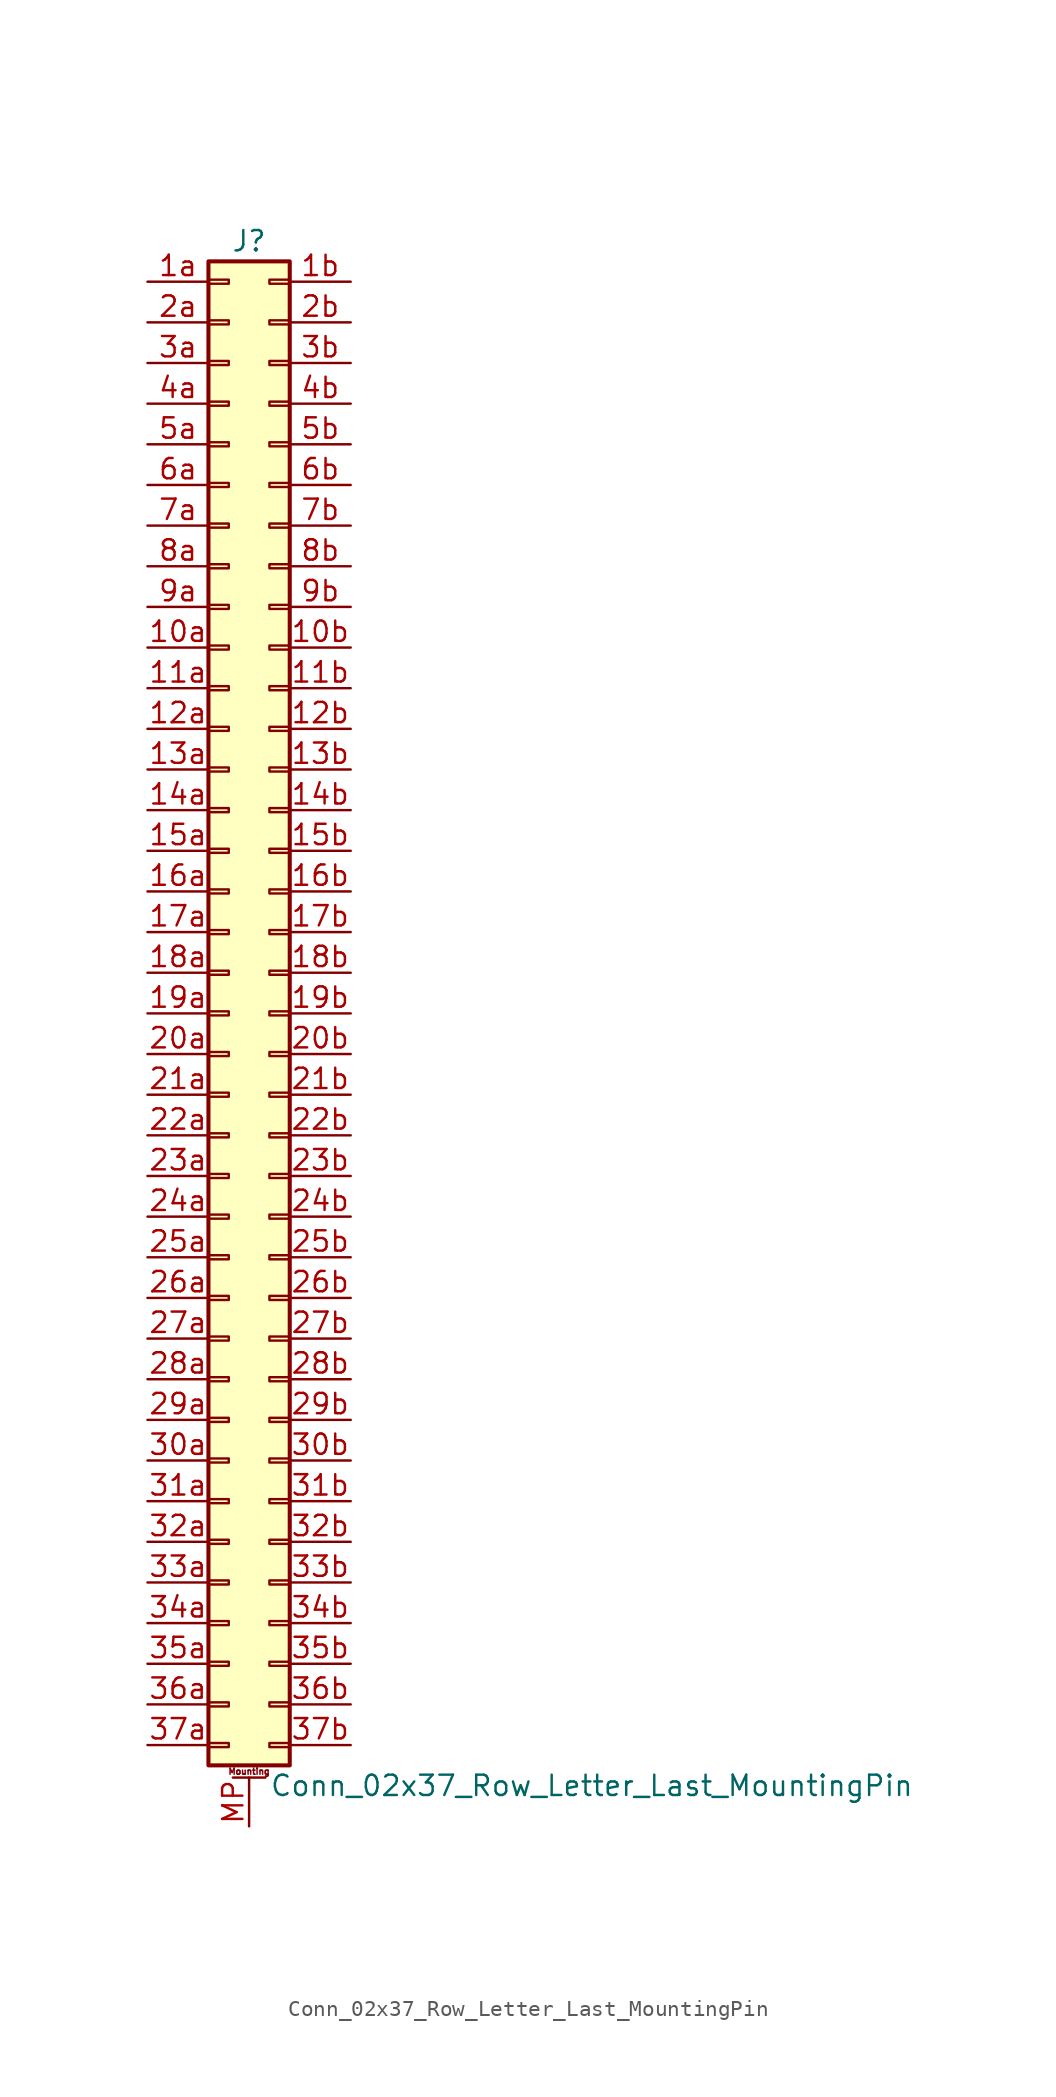
<source format=kicad_sym>
(kicad_symbol_lib
  (version 20220914)
  (generator kicad_symbol_editor)
  (symbol "Conn_02x37_Row_Letter_Last_MountingPin"
    (pin_names
      (offset 1.016) hide)
    (property "Reference" "J"
      (at 1.27 48.26 0)
      (effects (font (size 1.27 1.27))))
    (property "Value" "Conn_02x37_Row_Letter_Last_MountingPin"
      (at 2.54 -48.26 0)
      (effects (font (size 1.27 1.27)) (justify left)))
    (symbol "Conn_02x37_Row_Letter_Last_MountingPin_1_1"
      (rectangle (start -1.27 -45.593) (end 0 -45.847) (stroke (width 0.152) (type default)) (fill (type none)))
      (rectangle (start -1.27 -43.053) (end 0 -43.307) (stroke (width 0.152) (type default)) (fill (type none)))
      (rectangle (start -1.27 -40.513) (end 0 -40.767) (stroke (width 0.152) (type default)) (fill (type none)))
      (rectangle (start -1.27 -37.973) (end 0 -38.227) (stroke (width 0.152) (type default)) (fill (type none)))
      (rectangle (start -1.27 -35.433) (end 0 -35.687) (stroke (width 0.152) (type default)) (fill (type none)))
      (rectangle (start -1.27 -32.893) (end 0 -33.147) (stroke (width 0.152) (type default)) (fill (type none)))
      (rectangle (start -1.27 -30.353) (end 0 -30.607) (stroke (width 0.152) (type default)) (fill (type none)))
      (rectangle (start -1.27 -27.813) (end 0 -28.067) (stroke (width 0.152) (type default)) (fill (type none)))
      (rectangle (start -1.27 -25.273) (end 0 -25.527) (stroke (width 0.152) (type default)) (fill (type none)))
      (rectangle (start -1.27 -22.733) (end 0 -22.987) (stroke (width 0.152) (type default)) (fill (type none)))
      (rectangle (start -1.27 -20.193) (end 0 -20.447) (stroke (width 0.152) (type default)) (fill (type none)))
      (rectangle (start -1.27 -17.653) (end 0 -17.907) (stroke (width 0.152) (type default)) (fill (type none)))
      (rectangle (start -1.27 -15.113) (end 0 -15.367) (stroke (width 0.152) (type default)) (fill (type none)))
      (rectangle (start -1.27 -12.573) (end 0 -12.827) (stroke (width 0.152) (type default)) (fill (type none)))
      (rectangle (start -1.27 -10.033) (end 0 -10.287) (stroke (width 0.152) (type default)) (fill (type none)))
      (rectangle (start -1.27 -7.493) (end 0 -7.747) (stroke (width 0.152) (type default)) (fill (type none)))
      (rectangle (start -1.27 -4.953) (end 0 -5.207) (stroke (width 0.152) (type default)) (fill (type none)))
      (rectangle (start -1.27 -2.413) (end 0 -2.667) (stroke (width 0.152) (type default)) (fill (type none)))
      (rectangle (start -1.27 0.127) (end 0 -0.127) (stroke (width 0.152) (type default)) (fill (type none)))
      (rectangle (start -1.27 2.667) (end 0 2.413) (stroke (width 0.152) (type default)) (fill (type none)))
      (rectangle (start -1.27 5.207) (end 0 4.953) (stroke (width 0.152) (type default)) (fill (type none)))
      (rectangle (start -1.27 7.747) (end 0 7.493) (stroke (width 0.152) (type default)) (fill (type none)))
      (rectangle (start -1.27 10.287) (end 0 10.033) (stroke (width 0.152) (type default)) (fill (type none)))
      (rectangle (start -1.27 12.827) (end 0 12.573) (stroke (width 0.152) (type default)) (fill (type none)))
      (rectangle (start -1.27 15.367) (end 0 15.113) (stroke (width 0.152) (type default)) (fill (type none)))
      (rectangle (start -1.27 17.907) (end 0 17.653) (stroke (width 0.152) (type default)) (fill (type none)))
      (rectangle (start -1.27 20.447) (end 0 20.193) (stroke (width 0.152) (type default)) (fill (type none)))
      (rectangle (start -1.27 22.987) (end 0 22.733) (stroke (width 0.152) (type default)) (fill (type none)))
      (rectangle (start -1.27 25.527) (end 0 25.273) (stroke (width 0.152) (type default)) (fill (type none)))
      (rectangle (start -1.27 28.067) (end 0 27.813) (stroke (width 0.152) (type default)) (fill (type none)))
      (rectangle (start -1.27 30.607) (end 0 30.353) (stroke (width 0.152) (type default)) (fill (type none)))
      (rectangle (start -1.27 33.147) (end 0 32.893) (stroke (width 0.152) (type default)) (fill (type none)))
      (rectangle (start -1.27 35.687) (end 0 35.433) (stroke (width 0.152) (type default)) (fill (type none)))
      (rectangle (start -1.27 38.227) (end 0 37.973) (stroke (width 0.152) (type default)) (fill (type none)))
      (rectangle (start -1.27 40.767) (end 0 40.513) (stroke (width 0.152) (type default)) (fill (type none)))
      (rectangle (start -1.27 43.307) (end 0 43.053) (stroke (width 0.152) (type default)) (fill (type none)))
      (rectangle (start -1.27 45.847) (end 0 45.593) (stroke (width 0.152) (type default)) (fill (type none)))
      (rectangle (start -1.27 46.99) (end 3.81 -46.99) (stroke (width 0.254) (type default)) (fill (type background)))
      (polyline (pts (xy 0.254 -47.752) (xy 2.286 -47.752)) (stroke (width 0.152) (type default)) (fill (type none)))
      (rectangle (start 3.81 -45.593) (end 2.54 -45.847) (stroke (width 0.152) (type default)) (fill (type none)))
      (rectangle (start 3.81 -43.053) (end 2.54 -43.307) (stroke (width 0.152) (type default)) (fill (type none)))
      (rectangle (start 3.81 -40.513) (end 2.54 -40.767) (stroke (width 0.152) (type default)) (fill (type none)))
      (rectangle (start 3.81 -37.973) (end 2.54 -38.227) (stroke (width 0.152) (type default)) (fill (type none)))
      (rectangle (start 3.81 -35.433) (end 2.54 -35.687) (stroke (width 0.152) (type default)) (fill (type none)))
      (rectangle (start 3.81 -32.893) (end 2.54 -33.147) (stroke (width 0.152) (type default)) (fill (type none)))
      (rectangle (start 3.81 -30.353) (end 2.54 -30.607) (stroke (width 0.152) (type default)) (fill (type none)))
      (rectangle (start 3.81 -27.813) (end 2.54 -28.067) (stroke (width 0.152) (type default)) (fill (type none)))
      (rectangle (start 3.81 -25.273) (end 2.54 -25.527) (stroke (width 0.152) (type default)) (fill (type none)))
      (rectangle (start 3.81 -22.733) (end 2.54 -22.987) (stroke (width 0.152) (type default)) (fill (type none)))
      (rectangle (start 3.81 -20.193) (end 2.54 -20.447) (stroke (width 0.152) (type default)) (fill (type none)))
      (rectangle (start 3.81 -17.653) (end 2.54 -17.907) (stroke (width 0.152) (type default)) (fill (type none)))
      (rectangle (start 3.81 -15.113) (end 2.54 -15.367) (stroke (width 0.152) (type default)) (fill (type none)))
      (rectangle (start 3.81 -12.573) (end 2.54 -12.827) (stroke (width 0.152) (type default)) (fill (type none)))
      (rectangle (start 3.81 -10.033) (end 2.54 -10.287) (stroke (width 0.152) (type default)) (fill (type none)))
      (rectangle (start 3.81 -7.493) (end 2.54 -7.747) (stroke (width 0.152) (type default)) (fill (type none)))
      (rectangle (start 3.81 -4.953) (end 2.54 -5.207) (stroke (width 0.152) (type default)) (fill (type none)))
      (rectangle (start 3.81 -2.413) (end 2.54 -2.667) (stroke (width 0.152) (type default)) (fill (type none)))
      (rectangle (start 3.81 0.127) (end 2.54 -0.127) (stroke (width 0.152) (type default)) (fill (type none)))
      (rectangle (start 3.81 2.667) (end 2.54 2.413) (stroke (width 0.152) (type default)) (fill (type none)))
      (rectangle (start 3.81 5.207) (end 2.54 4.953) (stroke (width 0.152) (type default)) (fill (type none)))
      (rectangle (start 3.81 7.747) (end 2.54 7.493) (stroke (width 0.152) (type default)) (fill (type none)))
      (rectangle (start 3.81 10.287) (end 2.54 10.033) (stroke (width 0.152) (type default)) (fill (type none)))
      (rectangle (start 3.81 12.827) (end 2.54 12.573) (stroke (width 0.152) (type default)) (fill (type none)))
      (rectangle (start 3.81 15.367) (end 2.54 15.113) (stroke (width 0.152) (type default)) (fill (type none)))
      (rectangle (start 3.81 17.907) (end 2.54 17.653) (stroke (width 0.152) (type default)) (fill (type none)))
      (rectangle (start 3.81 20.447) (end 2.54 20.193) (stroke (width 0.152) (type default)) (fill (type none)))
      (rectangle (start 3.81 22.987) (end 2.54 22.733) (stroke (width 0.152) (type default)) (fill (type none)))
      (rectangle (start 3.81 25.527) (end 2.54 25.273) (stroke (width 0.152) (type default)) (fill (type none)))
      (rectangle (start 3.81 28.067) (end 2.54 27.813) (stroke (width 0.152) (type default)) (fill (type none)))
      (rectangle (start 3.81 30.607) (end 2.54 30.353) (stroke (width 0.152) (type default)) (fill (type none)))
      (rectangle (start 3.81 33.147) (end 2.54 32.893) (stroke (width 0.152) (type default)) (fill (type none)))
      (rectangle (start 3.81 35.687) (end 2.54 35.433) (stroke (width 0.152) (type default)) (fill (type none)))
      (rectangle (start 3.81 38.227) (end 2.54 37.973) (stroke (width 0.152) (type default)) (fill (type none)))
      (rectangle (start 3.81 40.767) (end 2.54 40.513) (stroke (width 0.152) (type default)) (fill (type none)))
      (rectangle (start 3.81 43.307) (end 2.54 43.053) (stroke (width 0.152) (type default)) (fill (type none)))
      (rectangle (start 3.81 45.847) (end 2.54 45.593) (stroke (width 0.152) (type default)) (fill (type none)))
      (text "Mounting" (at 1.27 -47.371 0) (effects (font (size 0.381 0.381))))
      (pin passive line (at -5.08 22.86 0) (length 3.81) (name "Pin_10a" (effects (font (size 1.27 1.27)))) (number "10a" (effects (font (size 1.27 1.27)))))
      (pin passive line (at 7.62 22.86 180) (length 3.81) (name "Pin_10b" (effects (font (size 1.27 1.27)))) (number "10b" (effects (font (size 1.27 1.27)))))
      (pin passive line (at -5.08 20.32 0) (length 3.81) (name "Pin_11a" (effects (font (size 1.27 1.27)))) (number "11a" (effects (font (size 1.27 1.27)))))
      (pin passive line (at 7.62 20.32 180) (length 3.81) (name "Pin_11b" (effects (font (size 1.27 1.27)))) (number "11b" (effects (font (size 1.27 1.27)))))
      (pin passive line (at -5.08 17.78 0) (length 3.81) (name "Pin_12a" (effects (font (size 1.27 1.27)))) (number "12a" (effects (font (size 1.27 1.27)))))
      (pin passive line (at 7.62 17.78 180) (length 3.81) (name "Pin_12b" (effects (font (size 1.27 1.27)))) (number "12b" (effects (font (size 1.27 1.27)))))
      (pin passive line (at -5.08 15.24 0) (length 3.81) (name "Pin_13a" (effects (font (size 1.27 1.27)))) (number "13a" (effects (font (size 1.27 1.27)))))
      (pin passive line (at 7.62 15.24 180) (length 3.81) (name "Pin_13b" (effects (font (size 1.27 1.27)))) (number "13b" (effects (font (size 1.27 1.27)))))
      (pin passive line (at -5.08 12.7 0) (length 3.81) (name "Pin_14a" (effects (font (size 1.27 1.27)))) (number "14a" (effects (font (size 1.27 1.27)))))
      (pin passive line (at 7.62 12.7 180) (length 3.81) (name "Pin_14b" (effects (font (size 1.27 1.27)))) (number "14b" (effects (font (size 1.27 1.27)))))
      (pin passive line (at -5.08 10.16 0) (length 3.81) (name "Pin_15a" (effects (font (size 1.27 1.27)))) (number "15a" (effects (font (size 1.27 1.27)))))
      (pin passive line (at 7.62 10.16 180) (length 3.81) (name "Pin_15b" (effects (font (size 1.27 1.27)))) (number "15b" (effects (font (size 1.27 1.27)))))
      (pin passive line (at -5.08 7.62 0) (length 3.81) (name "Pin_16a" (effects (font (size 1.27 1.27)))) (number "16a" (effects (font (size 1.27 1.27)))))
      (pin passive line (at 7.62 7.62 180) (length 3.81) (name "Pin_16b" (effects (font (size 1.27 1.27)))) (number "16b" (effects (font (size 1.27 1.27)))))
      (pin passive line (at -5.08 5.08 0) (length 3.81) (name "Pin_17a" (effects (font (size 1.27 1.27)))) (number "17a" (effects (font (size 1.27 1.27)))))
      (pin passive line (at 7.62 5.08 180) (length 3.81) (name "Pin_17b" (effects (font (size 1.27 1.27)))) (number "17b" (effects (font (size 1.27 1.27)))))
      (pin passive line (at -5.08 2.54 0) (length 3.81) (name "Pin_18a" (effects (font (size 1.27 1.27)))) (number "18a" (effects (font (size 1.27 1.27)))))
      (pin passive line (at 7.62 2.54 180) (length 3.81) (name "Pin_18b" (effects (font (size 1.27 1.27)))) (number "18b" (effects (font (size 1.27 1.27)))))
      (pin passive line (at -5.08 0 0) (length 3.81) (name "Pin_19a" (effects (font (size 1.27 1.27)))) (number "19a" (effects (font (size 1.27 1.27)))))
      (pin passive line (at 7.62 0 180) (length 3.81) (name "Pin_19b" (effects (font (size 1.27 1.27)))) (number "19b" (effects (font (size 1.27 1.27)))))
      (pin passive line (at -5.08 45.72 0) (length 3.81) (name "Pin_1a" (effects (font (size 1.27 1.27)))) (number "1a" (effects (font (size 1.27 1.27)))))
      (pin passive line (at 7.62 45.72 180) (length 3.81) (name "Pin_1b" (effects (font (size 1.27 1.27)))) (number "1b" (effects (font (size 1.27 1.27)))))
      (pin passive line (at -5.08 -2.54 0) (length 3.81) (name "Pin_20a" (effects (font (size 1.27 1.27)))) (number "20a" (effects (font (size 1.27 1.27)))))
      (pin passive line (at 7.62 -2.54 180) (length 3.81) (name "Pin_20b" (effects (font (size 1.27 1.27)))) (number "20b" (effects (font (size 1.27 1.27)))))
      (pin passive line (at -5.08 -5.08 0) (length 3.81) (name "Pin_21a" (effects (font (size 1.27 1.27)))) (number "21a" (effects (font (size 1.27 1.27)))))
      (pin passive line (at 7.62 -5.08 180) (length 3.81) (name "Pin_21b" (effects (font (size 1.27 1.27)))) (number "21b" (effects (font (size 1.27 1.27)))))
      (pin passive line (at -5.08 -7.62 0) (length 3.81) (name "Pin_22a" (effects (font (size 1.27 1.27)))) (number "22a" (effects (font (size 1.27 1.27)))))
      (pin passive line (at 7.62 -7.62 180) (length 3.81) (name "Pin_22b" (effects (font (size 1.27 1.27)))) (number "22b" (effects (font (size 1.27 1.27)))))
      (pin passive line (at -5.08 -10.16 0) (length 3.81) (name "Pin_23a" (effects (font (size 1.27 1.27)))) (number "23a" (effects (font (size 1.27 1.27)))))
      (pin passive line (at 7.62 -10.16 180) (length 3.81) (name "Pin_23b" (effects (font (size 1.27 1.27)))) (number "23b" (effects (font (size 1.27 1.27)))))
      (pin passive line (at -5.08 -12.7 0) (length 3.81) (name "Pin_24a" (effects (font (size 1.27 1.27)))) (number "24a" (effects (font (size 1.27 1.27)))))
      (pin passive line (at 7.62 -12.7 180) (length 3.81) (name "Pin_24b" (effects (font (size 1.27 1.27)))) (number "24b" (effects (font (size 1.27 1.27)))))
      (pin passive line (at -5.08 -15.24 0) (length 3.81) (name "Pin_25a" (effects (font (size 1.27 1.27)))) (number "25a" (effects (font (size 1.27 1.27)))))
      (pin passive line (at 7.62 -15.24 180) (length 3.81) (name "Pin_25b" (effects (font (size 1.27 1.27)))) (number "25b" (effects (font (size 1.27 1.27)))))
      (pin passive line (at -5.08 -17.78 0) (length 3.81) (name "Pin_26a" (effects (font (size 1.27 1.27)))) (number "26a" (effects (font (size 1.27 1.27)))))
      (pin passive line (at 7.62 -17.78 180) (length 3.81) (name "Pin_26b" (effects (font (size 1.27 1.27)))) (number "26b" (effects (font (size 1.27 1.27)))))
      (pin passive line (at -5.08 -20.32 0) (length 3.81) (name "Pin_27a" (effects (font (size 1.27 1.27)))) (number "27a" (effects (font (size 1.27 1.27)))))
      (pin passive line (at 7.62 -20.32 180) (length 3.81) (name "Pin_27b" (effects (font (size 1.27 1.27)))) (number "27b" (effects (font (size 1.27 1.27)))))
      (pin passive line (at -5.08 -22.86 0) (length 3.81) (name "Pin_28a" (effects (font (size 1.27 1.27)))) (number "28a" (effects (font (size 1.27 1.27)))))
      (pin passive line (at 7.62 -22.86 180) (length 3.81) (name "Pin_28b" (effects (font (size 1.27 1.27)))) (number "28b" (effects (font (size 1.27 1.27)))))
      (pin passive line (at -5.08 -25.4 0) (length 3.81) (name "Pin_29a" (effects (font (size 1.27 1.27)))) (number "29a" (effects (font (size 1.27 1.27)))))
      (pin passive line (at 7.62 -25.4 180) (length 3.81) (name "Pin_29b" (effects (font (size 1.27 1.27)))) (number "29b" (effects (font (size 1.27 1.27)))))
      (pin passive line (at -5.08 43.18 0) (length 3.81) (name "Pin_2a" (effects (font (size 1.27 1.27)))) (number "2a" (effects (font (size 1.27 1.27)))))
      (pin passive line (at 7.62 43.18 180) (length 3.81) (name "Pin_2b" (effects (font (size 1.27 1.27)))) (number "2b" (effects (font (size 1.27 1.27)))))
      (pin passive line (at -5.08 -27.94 0) (length 3.81) (name "Pin_30a" (effects (font (size 1.27 1.27)))) (number "30a" (effects (font (size 1.27 1.27)))))
      (pin passive line (at 7.62 -27.94 180) (length 3.81) (name "Pin_30b" (effects (font (size 1.27 1.27)))) (number "30b" (effects (font (size 1.27 1.27)))))
      (pin passive line (at -5.08 -30.48 0) (length 3.81) (name "Pin_31a" (effects (font (size 1.27 1.27)))) (number "31a" (effects (font (size 1.27 1.27)))))
      (pin passive line (at 7.62 -30.48 180) (length 3.81) (name "Pin_31b" (effects (font (size 1.27 1.27)))) (number "31b" (effects (font (size 1.27 1.27)))))
      (pin passive line (at -5.08 -33.02 0) (length 3.81) (name "Pin_32a" (effects (font (size 1.27 1.27)))) (number "32a" (effects (font (size 1.27 1.27)))))
      (pin passive line (at 7.62 -33.02 180) (length 3.81) (name "Pin_32b" (effects (font (size 1.27 1.27)))) (number "32b" (effects (font (size 1.27 1.27)))))
      (pin passive line (at -5.08 -35.56 0) (length 3.81) (name "Pin_33a" (effects (font (size 1.27 1.27)))) (number "33a" (effects (font (size 1.27 1.27)))))
      (pin passive line (at 7.62 -35.56 180) (length 3.81) (name "Pin_33b" (effects (font (size 1.27 1.27)))) (number "33b" (effects (font (size 1.27 1.27)))))
      (pin passive line (at -5.08 -38.1 0) (length 3.81) (name "Pin_34a" (effects (font (size 1.27 1.27)))) (number "34a" (effects (font (size 1.27 1.27)))))
      (pin passive line (at 7.62 -38.1 180) (length 3.81) (name "Pin_34b" (effects (font (size 1.27 1.27)))) (number "34b" (effects (font (size 1.27 1.27)))))
      (pin passive line (at -5.08 -40.64 0) (length 3.81) (name "Pin_35a" (effects (font (size 1.27 1.27)))) (number "35a" (effects (font (size 1.27 1.27)))))
      (pin passive line (at 7.62 -40.64 180) (length 3.81) (name "Pin_35b" (effects (font (size 1.27 1.27)))) (number "35b" (effects (font (size 1.27 1.27)))))
      (pin passive line (at -5.08 -43.18 0) (length 3.81) (name "Pin_36a" (effects (font (size 1.27 1.27)))) (number "36a" (effects (font (size 1.27 1.27)))))
      (pin passive line (at 7.62 -43.18 180) (length 3.81) (name "Pin_36b" (effects (font (size 1.27 1.27)))) (number "36b" (effects (font (size 1.27 1.27)))))
      (pin passive line (at -5.08 -45.72 0) (length 3.81) (name "Pin_37a" (effects (font (size 1.27 1.27)))) (number "37a" (effects (font (size 1.27 1.27)))))
      (pin passive line (at 7.62 -45.72 180) (length 3.81) (name "Pin_37b" (effects (font (size 1.27 1.27)))) (number "37b" (effects (font (size 1.27 1.27)))))
      (pin passive line (at -5.08 40.64 0) (length 3.81) (name "Pin_3a" (effects (font (size 1.27 1.27)))) (number "3a" (effects (font (size 1.27 1.27)))))
      (pin passive line (at 7.62 40.64 180) (length 3.81) (name "Pin_3b" (effects (font (size 1.27 1.27)))) (number "3b" (effects (font (size 1.27 1.27)))))
      (pin passive line (at -5.08 38.1 0) (length 3.81) (name "Pin_4a" (effects (font (size 1.27 1.27)))) (number "4a" (effects (font (size 1.27 1.27)))))
      (pin passive line (at 7.62 38.1 180) (length 3.81) (name "Pin_4b" (effects (font (size 1.27 1.27)))) (number "4b" (effects (font (size 1.27 1.27)))))
      (pin passive line (at -5.08 35.56 0) (length 3.81) (name "Pin_5a" (effects (font (size 1.27 1.27)))) (number "5a" (effects (font (size 1.27 1.27)))))
      (pin passive line (at 7.62 35.56 180) (length 3.81) (name "Pin_5b" (effects (font (size 1.27 1.27)))) (number "5b" (effects (font (size 1.27 1.27)))))
      (pin passive line (at -5.08 33.02 0) (length 3.81) (name "Pin_6a" (effects (font (size 1.27 1.27)))) (number "6a" (effects (font (size 1.27 1.27)))))
      (pin passive line (at 7.62 33.02 180) (length 3.81) (name "Pin_6b" (effects (font (size 1.27 1.27)))) (number "6b" (effects (font (size 1.27 1.27)))))
      (pin passive line (at -5.08 30.48 0) (length 3.81) (name "Pin_7a" (effects (font (size 1.27 1.27)))) (number "7a" (effects (font (size 1.27 1.27)))))
      (pin passive line (at 7.62 30.48 180) (length 3.81) (name "Pin_7b" (effects (font (size 1.27 1.27)))) (number "7b" (effects (font (size 1.27 1.27)))))
      (pin passive line (at -5.08 27.94 0) (length 3.81) (name "Pin_8a" (effects (font (size 1.27 1.27)))) (number "8a" (effects (font (size 1.27 1.27)))))
      (pin passive line (at 7.62 27.94 180) (length 3.81) (name "Pin_8b" (effects (font (size 1.27 1.27)))) (number "8b" (effects (font (size 1.27 1.27)))))
      (pin passive line (at -5.08 25.4 0) (length 3.81) (name "Pin_9a" (effects (font (size 1.27 1.27)))) (number "9a" (effects (font (size 1.27 1.27)))))
      (pin passive line (at 7.62 25.4 180) (length 3.81) (name "Pin_9b" (effects (font (size 1.27 1.27)))) (number "9b" (effects (font (size 1.27 1.27)))))
      (pin passive line (at 1.27 -50.8 90) (length 3.048) (name "MountPin" (effects (font (size 1.27 1.27)))) (number "MP" (effects (font (size 1.27 1.27))))))))
</source>
